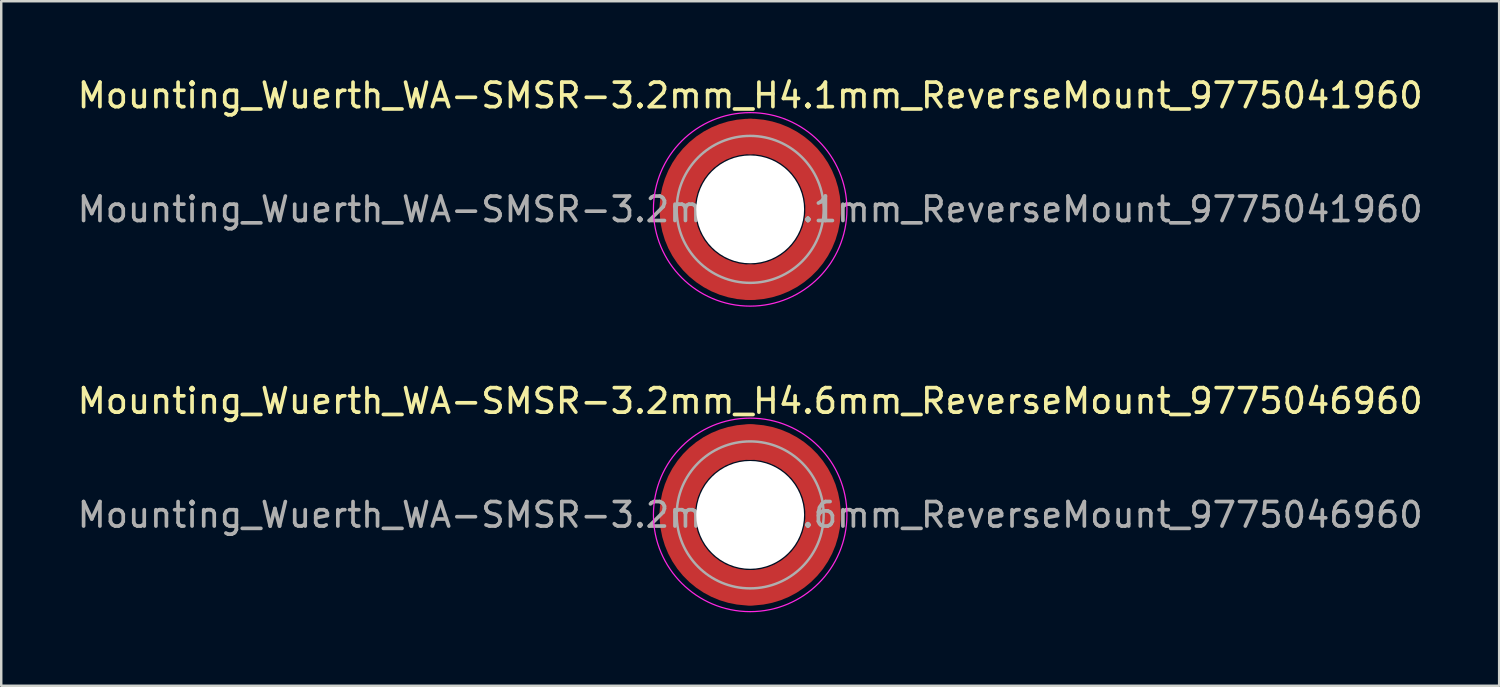
<source format=kicad_pcb>
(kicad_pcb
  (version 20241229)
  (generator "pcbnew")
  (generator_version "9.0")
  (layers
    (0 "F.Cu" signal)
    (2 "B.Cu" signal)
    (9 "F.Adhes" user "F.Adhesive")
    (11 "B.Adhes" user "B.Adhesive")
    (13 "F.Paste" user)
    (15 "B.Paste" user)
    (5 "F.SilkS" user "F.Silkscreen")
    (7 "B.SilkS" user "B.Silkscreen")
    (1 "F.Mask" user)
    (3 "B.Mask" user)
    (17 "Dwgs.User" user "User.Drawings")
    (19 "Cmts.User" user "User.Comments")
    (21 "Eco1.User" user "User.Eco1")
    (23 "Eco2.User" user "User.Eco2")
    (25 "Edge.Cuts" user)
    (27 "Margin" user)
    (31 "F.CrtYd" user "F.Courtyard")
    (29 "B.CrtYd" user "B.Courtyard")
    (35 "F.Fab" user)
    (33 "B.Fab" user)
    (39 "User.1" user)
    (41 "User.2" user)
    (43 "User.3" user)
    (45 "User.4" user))
  (footprint "Mounting_Wuerth_WA-SMSR-3.2mm_H4.6mm_ReverseMount_9775046960"
    (layer "F.Cu")
    (at 27.577 17.971)
    (property "Reference" "Mounting_Wuerth_WA-SMSR-3.2mm_H4.6mm_ReverseMount_9775046960" (at 0 -4.65 0) (layer "F.SilkS") (effects (font (size 1 1) (thickness 0.15))))
    (attr smd)
    (fp_circle (center 0 0) (end 3.95 0) (stroke (width 0.05) (type solid)) (fill no) (layer "F.CrtYd"))
    (fp_circle (center 0 0) (end 3 0) (stroke (width 0.1) (type solid)) (fill no) (layer "F.Fab"))
    (fp_text user "${REFERENCE}" (at 0 0 0) (layer "F.Fab") (effects (font (size 1 1) (thickness 0.15))))
    (pad "" smd custom (at -2.095 -2.095) (size 0.672 0.672) (layers "F.Paste") (options (anchor circle)) (primitives (gr_arc (start -0.24231 1.594804) (mid 0.404819 0.404819) (end 1.594804 -0.24231) (width 0.2)) (gr_arc (start -0.3398 1.594804) (mid 0.337349 0.337349) (end 1.594804 -0.3398) (width 0.2)) (gr_arc (start -0.437132 1.594804) (mid 0.269879 0.269879) (end 1.594804 -0.437132) (width 0.2)) (gr_arc (start -0.534324 1.594804) (mid 0.202409 0.202409) (end 1.594804 -0.534324) (width 0.2)) (gr_arc (start -0.631391 1.594804) (mid 0.134939 0.134939) (end 1.594804 -0.631391) (width 0.2)) (gr_arc (start -0.728345 1.594804) (mid 0.06747 0.06747) (end 1.594804 -0.728345) (width 0.2)) (gr_arc (start -0.825197 1.594804) (mid 0 0) (end 1.594804 -0.825197) (width 0.2)) (gr_arc (start -0.921958 1.594804) (mid -0.067469 -0.067469) (end 1.594804 -0.921958) (width 0.2)) (gr_arc (start -1.018637 1.594804) (mid -0.13494 -0.13494) (end 1.594804 -1.018637) (width 0.2)) (gr_arc (start -1.115239 1.594804) (mid -0.202409 -0.202409) (end 1.594804 -1.115239) (width 0.2)) (gr_arc (start -1.211773 1.594804) (mid -0.269879 -0.269879) (end 1.594804 -1.211773) (width 0.2)) (gr_arc (start -1.308244 1.594804) (mid -0.337349 -0.337349) (end 1.594804 -1.308244) (width 0.2)) (gr_arc (start -1.404657 1.594804) (mid -0.404819 -0.404819) (end 1.594804 -1.404657) (width 0.2)) (gr_arc (start -1.404657 1.594804) (mid -0.404819 -0.404819) (end 1.594804 -1.404657) (width 0.2)) (gr_line (start 1.595 -0.242) (end 1.595 -1.405) (width 0.2)) (gr_line (start -0.242 1.595) (end -1.405 1.595) (width 0.2))))
    (pad "" smd custom (at -2.095 2.095) (size 0.672 0.672) (layers "F.Paste") (options (anchor circle)) (primitives (gr_arc (start 1.594804 0.24231) (mid 0.404819 -0.404819) (end -0.24231 -1.594804) (width 0.2)) (gr_arc (start 1.594804 0.3398) (mid 0.337349 -0.337349) (end -0.3398 -1.594804) (width 0.2)) (gr_arc (start 1.594804 0.437132) (mid 0.269879 -0.269879) (end -0.437132 -1.594804) (width 0.2)) (gr_arc (start 1.594804 0.534324) (mid 0.202409 -0.202409) (end -0.534324 -1.594804) (width 0.2)) (gr_arc (start 1.594804 0.631391) (mid 0.134939 -0.134939) (end -0.631391 -1.594804) (width 0.2)) (gr_arc (start 1.594804 0.728345) (mid 0.06747 -0.06747) (end -0.728345 -1.594804) (width 0.2)) (gr_arc (start 1.594804 0.825197) (mid 0 0) (end -0.825197 -1.594804) (width 0.2)) (gr_arc (start 1.594804 0.921958) (mid -0.067469 0.067469) (end -0.921958 -1.594804) (width 0.2)) (gr_arc (start 1.594804 1.018637) (mid -0.13494 0.13494) (end -1.018637 -1.594804) (width 0.2)) (gr_arc (start 1.594804 1.115239) (mid -0.202409 0.202409) (end -1.115239 -1.594804) (width 0.2)) (gr_arc (start 1.594804 1.211773) (mid -0.269879 0.269879) (end -1.211773 -1.594804) (width 0.2)) (gr_arc (start 1.594804 1.308244) (mid -0.337349 0.337349) (end -1.308244 -1.594804) (width 0.2)) (gr_arc (start 1.594804 1.404657) (mid -0.404819 0.404819) (end -1.404657 -1.594804) (width 0.2)) (gr_arc (start 1.594804 1.404657) (mid -0.404819 0.404819) (end -1.404657 -1.594804) (width 0.2)) (gr_line (start -0.242 -1.595) (end -1.405 -1.595) (width 0.2)) (gr_line (start 1.595 0.242) (end 1.595 1.405) (width 0.2))))
    (pad "" np_thru_hole circle (at 0 0) (size 4.4 4.4) (drill 4.4) (layers "*.Cu" "*.Mask"))
    (pad "" smd custom (at 2.095 -2.095) (size 0.672 0.672) (layers "F.Paste") (options (anchor circle)) (primitives (gr_arc (start -1.594804 -0.24231) (mid -0.404819 0.404819) (end 0.24231 1.594804) (width 0.2)) (gr_arc (start -1.594804 -0.3398) (mid -0.337349 0.337349) (end 0.3398 1.594804) (width 0.2)) (gr_arc (start -1.594804 -0.437132) (mid -0.269879 0.269879) (end 0.437132 1.594804) (width 0.2)) (gr_arc (start -1.594804 -0.534324) (mid -0.202409 0.202409) (end 0.534324 1.594804) (width 0.2)) (gr_arc (start -1.594804 -0.631391) (mid -0.134939 0.134939) (end 0.631391 1.594804) (width 0.2)) (gr_arc (start -1.594804 -0.728345) (mid -0.06747 0.06747) (end 0.728345 1.594804) (width 0.2)) (gr_arc (start -1.594804 -0.825197) (mid 0 0) (end 0.825197 1.594804) (width 0.2)) (gr_arc (start -1.594804 -0.921958) (mid 0.067469 -0.067469) (end 0.921958 1.594804) (width 0.2)) (gr_arc (start -1.594804 -1.018637) (mid 0.13494 -0.13494) (end 1.018637 1.594804) (width 0.2)) (gr_arc (start -1.594804 -1.115239) (mid 0.202409 -0.202409) (end 1.115239 1.594804) (width 0.2)) (gr_arc (start -1.594804 -1.211773) (mid 0.269879 -0.269879) (end 1.211773 1.594804) (width 0.2)) (gr_arc (start -1.594804 -1.308244) (mid 0.337349 -0.337349) (end 1.308244 1.594804) (width 0.2)) (gr_arc (start -1.594804 -1.404657) (mid 0.404819 -0.404819) (end 1.404657 1.594804) (width 0.2)) (gr_arc (start -1.594804 -1.404657) (mid 0.404819 -0.404819) (end 1.404657 1.594804) (width 0.2)) (gr_line (start 0.242 1.595) (end 1.405 1.595) (width 0.2)) (gr_line (start -1.595 -0.242) (end -1.595 -1.405) (width 0.2))))
    (pad "" smd custom (at 2.095 2.095) (size 0.672 0.672) (layers "F.Paste") (options (anchor circle)) (primitives (gr_arc (start 0.24231 -1.594804) (mid -0.404819 -0.404819) (end -1.594804 0.24231) (width 0.2)) (gr_arc (start 0.3398 -1.594804) (mid -0.337349 -0.337349) (end -1.594804 0.3398) (width 0.2)) (gr_arc (start 0.437132 -1.594804) (mid -0.269879 -0.269879) (end -1.594804 0.437132) (width 0.2)) (gr_arc (start 0.534324 -1.594804) (mid -0.202409 -0.202409) (end -1.594804 0.534324) (width 0.2)) (gr_arc (start 0.631391 -1.594804) (mid -0.134939 -0.134939) (end -1.594804 0.631391) (width 0.2)) (gr_arc (start 0.728345 -1.594804) (mid -0.06747 -0.06747) (end -1.594804 0.728345) (width 0.2)) (gr_arc (start 0.825197 -1.594804) (mid 0 0) (end -1.594804 0.825197) (width 0.2)) (gr_arc (start 0.921958 -1.594804) (mid 0.067469 0.067469) (end -1.594804 0.921958) (width 0.2)) (gr_arc (start 1.018637 -1.594804) (mid 0.13494 0.13494) (end -1.594804 1.018637) (width 0.2)) (gr_arc (start 1.115239 -1.594804) (mid 0.202409 0.202409) (end -1.594804 1.115239) (width 0.2)) (gr_arc (start 1.211773 -1.594804) (mid 0.269879 0.269879) (end -1.594804 1.211773) (width 0.2)) (gr_arc (start 1.308244 -1.594804) (mid 0.337349 0.337349) (end -1.594804 1.308244) (width 0.2)) (gr_arc (start 1.404657 -1.594804) (mid 0.404819 0.404819) (end -1.594804 1.404657) (width 0.2)) (gr_arc (start 1.404657 -1.594804) (mid 0.404819 0.404819) (end -1.594804 1.404657) (width 0.2)) (gr_line (start -1.595 0.242) (end -1.595 1.405) (width 0.2)) (gr_line (start 0.242 -1.595) (end 1.405 -1.595) (width 0.2))))
    (pad "1" smd circle (at -2.975 0) (size 1.45 1.45) (layers "F.Cu"))
    (pad "1" smd circle (at 0 -2.975) (size 1.45 1.45) (layers "F.Cu"))
    (pad "1" smd circle (at 0 2.975) (size 1.45 1.45) (layers "F.Cu"))
    (pad "1" smd custom (at 2.975 0) (size 1.45 1.45) (layers "F.Cu" "F.Mask") (options (anchor circle)) (primitives (gr_circle (center -2.975 0) (end 0 0) (width 1.45) (fill no)))))
  (footprint "Mounting_Wuerth_WA-SMSR-3.2mm_H4.1mm_ReverseMount_9775041960"
    (layer "F.Cu")
    (at 27.577 5.498)
    (property "Reference" "Mounting_Wuerth_WA-SMSR-3.2mm_H4.1mm_ReverseMount_9775041960" (at 0 -4.65 0) (layer "F.SilkS") (effects (font (size 1 1) (thickness 0.15))))
    (attr smd)
    (fp_circle (center 0 0) (end 3.95 0) (stroke (width 0.05) (type solid)) (fill no) (layer "F.CrtYd"))
    (fp_circle (center 0 0) (end 3 0) (stroke (width 0.1) (type solid)) (fill no) (layer "F.Fab"))
    (fp_text user "${REFERENCE}" (at 0 0 0) (layer "F.Fab") (effects (font (size 1 1) (thickness 0.15))))
    (pad "" smd custom (at -2.095 -2.095) (size 0.672 0.672) (layers "F.Paste") (options (anchor circle)) (primitives (gr_arc (start -0.24231 1.594804) (mid 0.404819 0.404819) (end 1.594804 -0.24231) (width 0.2)) (gr_arc (start -0.3398 1.594804) (mid 0.337349 0.337349) (end 1.594804 -0.3398) (width 0.2)) (gr_arc (start -0.437132 1.594804) (mid 0.269879 0.269879) (end 1.594804 -0.437132) (width 0.2)) (gr_arc (start -0.534324 1.594804) (mid 0.202409 0.202409) (end 1.594804 -0.534324) (width 0.2)) (gr_arc (start -0.631391 1.594804) (mid 0.134939 0.134939) (end 1.594804 -0.631391) (width 0.2)) (gr_arc (start -0.728345 1.594804) (mid 0.06747 0.06747) (end 1.594804 -0.728345) (width 0.2)) (gr_arc (start -0.825197 1.594804) (mid 0 0) (end 1.594804 -0.825197) (width 0.2)) (gr_arc (start -0.921958 1.594804) (mid -0.067469 -0.067469) (end 1.594804 -0.921958) (width 0.2)) (gr_arc (start -1.018637 1.594804) (mid -0.13494 -0.13494) (end 1.594804 -1.018637) (width 0.2)) (gr_arc (start -1.115239 1.594804) (mid -0.202409 -0.202409) (end 1.594804 -1.115239) (width 0.2)) (gr_arc (start -1.211773 1.594804) (mid -0.269879 -0.269879) (end 1.594804 -1.211773) (width 0.2)) (gr_arc (start -1.308244 1.594804) (mid -0.337349 -0.337349) (end 1.594804 -1.308244) (width 0.2)) (gr_arc (start -1.404657 1.594804) (mid -0.404819 -0.404819) (end 1.594804 -1.404657) (width 0.2)) (gr_arc (start -1.404657 1.594804) (mid -0.404819 -0.404819) (end 1.594804 -1.404657) (width 0.2)) (gr_line (start 1.595 -0.242) (end 1.595 -1.405) (width 0.2)) (gr_line (start -0.242 1.595) (end -1.405 1.595) (width 0.2))))
    (pad "" smd custom (at -2.095 2.095) (size 0.672 0.672) (layers "F.Paste") (options (anchor circle)) (primitives (gr_arc (start 1.594804 0.24231) (mid 0.404819 -0.404819) (end -0.24231 -1.594804) (width 0.2)) (gr_arc (start 1.594804 0.3398) (mid 0.337349 -0.337349) (end -0.3398 -1.594804) (width 0.2)) (gr_arc (start 1.594804 0.437132) (mid 0.269879 -0.269879) (end -0.437132 -1.594804) (width 0.2)) (gr_arc (start 1.594804 0.534324) (mid 0.202409 -0.202409) (end -0.534324 -1.594804) (width 0.2)) (gr_arc (start 1.594804 0.631391) (mid 0.134939 -0.134939) (end -0.631391 -1.594804) (width 0.2)) (gr_arc (start 1.594804 0.728345) (mid 0.06747 -0.06747) (end -0.728345 -1.594804) (width 0.2)) (gr_arc (start 1.594804 0.825197) (mid 0 0) (end -0.825197 -1.594804) (width 0.2)) (gr_arc (start 1.594804 0.921958) (mid -0.067469 0.067469) (end -0.921958 -1.594804) (width 0.2)) (gr_arc (start 1.594804 1.018637) (mid -0.13494 0.13494) (end -1.018637 -1.594804) (width 0.2)) (gr_arc (start 1.594804 1.115239) (mid -0.202409 0.202409) (end -1.115239 -1.594804) (width 0.2)) (gr_arc (start 1.594804 1.211773) (mid -0.269879 0.269879) (end -1.211773 -1.594804) (width 0.2)) (gr_arc (start 1.594804 1.308244) (mid -0.337349 0.337349) (end -1.308244 -1.594804) (width 0.2)) (gr_arc (start 1.594804 1.404657) (mid -0.404819 0.404819) (end -1.404657 -1.594804) (width 0.2)) (gr_arc (start 1.594804 1.404657) (mid -0.404819 0.404819) (end -1.404657 -1.594804) (width 0.2)) (gr_line (start -0.242 -1.595) (end -1.405 -1.595) (width 0.2)) (gr_line (start 1.595 0.242) (end 1.595 1.405) (width 0.2))))
    (pad "" np_thru_hole circle (at 0 0) (size 4.4 4.4) (drill 4.4) (layers "*.Cu" "*.Mask"))
    (pad "" smd custom (at 2.095 -2.095) (size 0.672 0.672) (layers "F.Paste") (options (anchor circle)) (primitives (gr_arc (start -1.594804 -0.24231) (mid -0.404819 0.404819) (end 0.24231 1.594804) (width 0.2)) (gr_arc (start -1.594804 -0.3398) (mid -0.337349 0.337349) (end 0.3398 1.594804) (width 0.2)) (gr_arc (start -1.594804 -0.437132) (mid -0.269879 0.269879) (end 0.437132 1.594804) (width 0.2)) (gr_arc (start -1.594804 -0.534324) (mid -0.202409 0.202409) (end 0.534324 1.594804) (width 0.2)) (gr_arc (start -1.594804 -0.631391) (mid -0.134939 0.134939) (end 0.631391 1.594804) (width 0.2)) (gr_arc (start -1.594804 -0.728345) (mid -0.06747 0.06747) (end 0.728345 1.594804) (width 0.2)) (gr_arc (start -1.594804 -0.825197) (mid 0 0) (end 0.825197 1.594804) (width 0.2)) (gr_arc (start -1.594804 -0.921958) (mid 0.067469 -0.067469) (end 0.921958 1.594804) (width 0.2)) (gr_arc (start -1.594804 -1.018637) (mid 0.13494 -0.13494) (end 1.018637 1.594804) (width 0.2)) (gr_arc (start -1.594804 -1.115239) (mid 0.202409 -0.202409) (end 1.115239 1.594804) (width 0.2)) (gr_arc (start -1.594804 -1.211773) (mid 0.269879 -0.269879) (end 1.211773 1.594804) (width 0.2)) (gr_arc (start -1.594804 -1.308244) (mid 0.337349 -0.337349) (end 1.308244 1.594804) (width 0.2)) (gr_arc (start -1.594804 -1.404657) (mid 0.404819 -0.404819) (end 1.404657 1.594804) (width 0.2)) (gr_arc (start -1.594804 -1.404657) (mid 0.404819 -0.404819) (end 1.404657 1.594804) (width 0.2)) (gr_line (start 0.242 1.595) (end 1.405 1.595) (width 0.2)) (gr_line (start -1.595 -0.242) (end -1.595 -1.405) (width 0.2))))
    (pad "" smd custom (at 2.095 2.095) (size 0.672 0.672) (layers "F.Paste") (options (anchor circle)) (primitives (gr_arc (start 0.24231 -1.594804) (mid -0.404819 -0.404819) (end -1.594804 0.24231) (width 0.2)) (gr_arc (start 0.3398 -1.594804) (mid -0.337349 -0.337349) (end -1.594804 0.3398) (width 0.2)) (gr_arc (start 0.437132 -1.594804) (mid -0.269879 -0.269879) (end -1.594804 0.437132) (width 0.2)) (gr_arc (start 0.534324 -1.594804) (mid -0.202409 -0.202409) (end -1.594804 0.534324) (width 0.2)) (gr_arc (start 0.631391 -1.594804) (mid -0.134939 -0.134939) (end -1.594804 0.631391) (width 0.2)) (gr_arc (start 0.728345 -1.594804) (mid -0.06747 -0.06747) (end -1.594804 0.728345) (width 0.2)) (gr_arc (start 0.825197 -1.594804) (mid 0 0) (end -1.594804 0.825197) (width 0.2)) (gr_arc (start 0.921958 -1.594804) (mid 0.067469 0.067469) (end -1.594804 0.921958) (width 0.2)) (gr_arc (start 1.018637 -1.594804) (mid 0.13494 0.13494) (end -1.594804 1.018637) (width 0.2)) (gr_arc (start 1.115239 -1.594804) (mid 0.202409 0.202409) (end -1.594804 1.115239) (width 0.2)) (gr_arc (start 1.211773 -1.594804) (mid 0.269879 0.269879) (end -1.594804 1.211773) (width 0.2)) (gr_arc (start 1.308244 -1.594804) (mid 0.337349 0.337349) (end -1.594804 1.308244) (width 0.2)) (gr_arc (start 1.404657 -1.594804) (mid 0.404819 0.404819) (end -1.594804 1.404657) (width 0.2)) (gr_arc (start 1.404657 -1.594804) (mid 0.404819 0.404819) (end -1.594804 1.404657) (width 0.2)) (gr_line (start -1.595 0.242) (end -1.595 1.405) (width 0.2)) (gr_line (start 0.242 -1.595) (end 1.405 -1.595) (width 0.2))))
    (pad "1" smd circle (at -2.975 0) (size 1.45 1.45) (layers "F.Cu"))
    (pad "1" smd circle (at 0 -2.975) (size 1.45 1.45) (layers "F.Cu"))
    (pad "1" smd circle (at 0 2.975) (size 1.45 1.45) (layers "F.Cu"))
    (pad "1" smd custom (at 2.975 0) (size 1.45 1.45) (layers "F.Cu" "F.Mask") (options (anchor circle)) (primitives (gr_circle (center -2.975 0) (end 0 0) (width 1.45) (fill no)))))
  (gr_rect
    (start -3 -3)
    (end 58.155 24.947)
    (stroke (width 0.1) (type default))
    (fill no)
    (layer "Edge.Cuts")))
</source>
